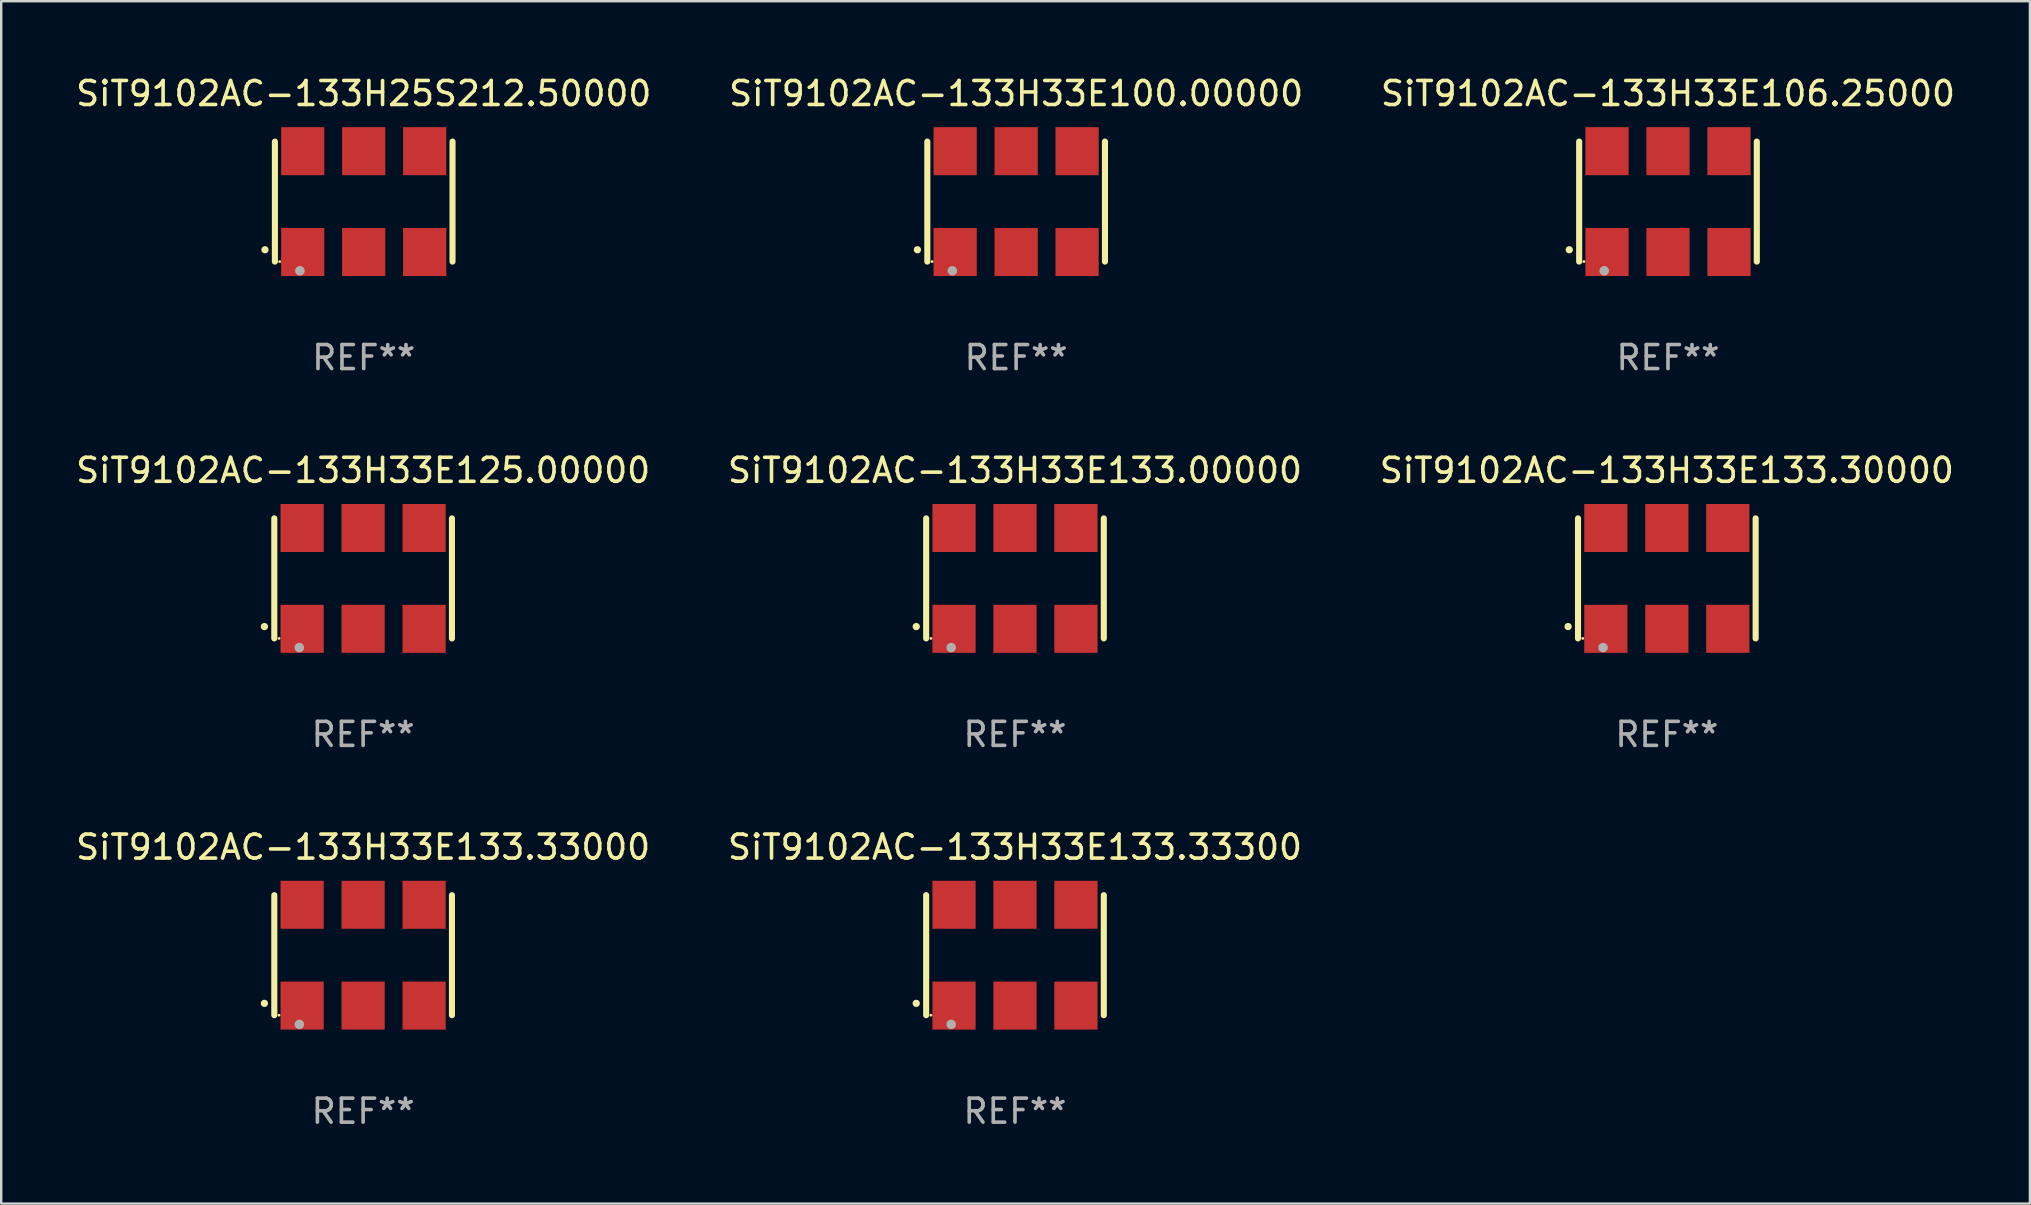
<source format=kicad_pcb>
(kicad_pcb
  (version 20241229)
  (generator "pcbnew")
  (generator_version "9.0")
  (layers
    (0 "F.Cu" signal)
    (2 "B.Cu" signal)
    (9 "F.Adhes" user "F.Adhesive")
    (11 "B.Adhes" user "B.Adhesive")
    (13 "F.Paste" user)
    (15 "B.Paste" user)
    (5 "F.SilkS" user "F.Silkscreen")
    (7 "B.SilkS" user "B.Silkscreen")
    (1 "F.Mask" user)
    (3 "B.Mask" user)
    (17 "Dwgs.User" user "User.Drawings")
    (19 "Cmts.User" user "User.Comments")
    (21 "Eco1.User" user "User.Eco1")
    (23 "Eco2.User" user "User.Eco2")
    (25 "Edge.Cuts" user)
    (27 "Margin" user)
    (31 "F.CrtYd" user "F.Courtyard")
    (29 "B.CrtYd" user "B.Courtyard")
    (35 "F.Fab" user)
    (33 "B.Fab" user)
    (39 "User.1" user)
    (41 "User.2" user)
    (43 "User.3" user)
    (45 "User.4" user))
  (footprint "SiT9102AC-133H33E133.33300"
    (layer "F.Cu")
    (at 39.232 36.741)
    (property "Reference" "SiT9102AC-133H33E133.33300" (at 0 -4.5 0) (layer "F.SilkS") (effects (font (size 1 1) (thickness 0.15))))
    (attr through_hole)
    (fp_line (start -3.7 -2.5) (end -3.7 2.5) (stroke (width 0.254) (type solid)) (layer "F.SilkS"))
    (fp_line (start 3.7 -2.5) (end 3.7 2.5) (stroke (width 0.254) (type solid)) (layer "F.SilkS"))
    (fp_arc (start -4.114415 2.006604) (mid -4.113145 2.006599) (end -4.111875 2.006604) (stroke (width 0.3) (type solid)) (layer "F.SilkS"))
    (fp_circle (center -3.502 2.5) (end -3.472 2.5) (stroke (width 0.06) (type solid)) (fill no) (layer "F.SilkS"))
    (fp_circle (center -2.657 2.882) (end -2.557 2.882) (stroke (width 0.2) (type solid)) (fill no) (layer "F.Fab"))
    (fp_text user "REF**" (at 0 6.5 0) (layer "F.Fab") (effects (font (size 1 1) (thickness 0.15))))
    (pad "1" smd rect (at -2.54 2.1) (size 1.8 2) (layers "F.Cu" "F.Mask" "F.Paste"))
    (pad "2" smd rect (at 0.000394 2.1) (size 1.8 2) (layers "F.Cu" "F.Mask" "F.Paste"))
    (pad "3" smd rect (at 2.54 2.1) (size 1.8 2) (layers "F.Cu" "F.Mask" "F.Paste"))
    (pad "4" smd rect (at 2.54 -2.1) (size 1.8 2) (layers "F.Cu" "F.Mask" "F.Paste"))
    (pad "5" smd rect (at 0.000394 -2.1) (size 1.8 2) (layers "F.Cu" "F.Mask" "F.Paste"))
    (pad "6" smd rect (at -2.54 -2.1) (size 1.8 2) (layers "F.Cu" "F.Mask" "F.Paste")))
  (footprint "SiT9102AC-133H33E133.00000"
    (layer "F.Cu")
    (at 39.232 21.045)
    (property "Reference" "SiT9102AC-133H33E133.00000" (at 0 -4.5 0) (layer "F.SilkS") (effects (font (size 1 1) (thickness 0.15))))
    (attr through_hole)
    (fp_line (start -3.7 -2.5) (end -3.7 2.5) (stroke (width 0.254) (type solid)) (layer "F.SilkS"))
    (fp_line (start 3.7 -2.5) (end 3.7 2.5) (stroke (width 0.254) (type solid)) (layer "F.SilkS"))
    (fp_arc (start -4.114415 2.006604) (mid -4.113145 2.006599) (end -4.111875 2.006604) (stroke (width 0.3) (type solid)) (layer "F.SilkS"))
    (fp_circle (center -3.502 2.5) (end -3.472 2.5) (stroke (width 0.06) (type solid)) (fill no) (layer "F.SilkS"))
    (fp_circle (center -2.657 2.882) (end -2.557 2.882) (stroke (width 0.2) (type solid)) (fill no) (layer "F.Fab"))
    (fp_text user "REF**" (at 0 6.5 0) (layer "F.Fab") (effects (font (size 1 1) (thickness 0.15))))
    (pad "1" smd rect (at -2.54 2.1) (size 1.8 2) (layers "F.Cu" "F.Mask" "F.Paste"))
    (pad "2" smd rect (at 0.000394 2.1) (size 1.8 2) (layers "F.Cu" "F.Mask" "F.Paste"))
    (pad "3" smd rect (at 2.54 2.1) (size 1.8 2) (layers "F.Cu" "F.Mask" "F.Paste"))
    (pad "4" smd rect (at 2.54 -2.1) (size 1.8 2) (layers "F.Cu" "F.Mask" "F.Paste"))
    (pad "5" smd rect (at 0.000394 -2.1) (size 1.8 2) (layers "F.Cu" "F.Mask" "F.Paste"))
    (pad "6" smd rect (at -2.54 -2.1) (size 1.8 2) (layers "F.Cu" "F.Mask" "F.Paste")))
  (footprint "SiT9102AC-133H33E133.33000"
    (layer "F.Cu")
    (at 12.077 36.741)
    (property "Reference" "SiT9102AC-133H33E133.33000" (at 0 -4.5 0) (layer "F.SilkS") (effects (font (size 1 1) (thickness 0.15))))
    (attr through_hole)
    (fp_line (start -3.7 -2.5) (end -3.7 2.5) (stroke (width 0.254) (type solid)) (layer "F.SilkS"))
    (fp_line (start 3.7 -2.5) (end 3.7 2.5) (stroke (width 0.254) (type solid)) (layer "F.SilkS"))
    (fp_arc (start -4.114415 2.006604) (mid -4.113145 2.006599) (end -4.111875 2.006604) (stroke (width 0.3) (type solid)) (layer "F.SilkS"))
    (fp_circle (center -3.502 2.5) (end -3.472 2.5) (stroke (width 0.06) (type solid)) (fill no) (layer "F.SilkS"))
    (fp_circle (center -2.657 2.882) (end -2.557 2.882) (stroke (width 0.2) (type solid)) (fill no) (layer "F.Fab"))
    (fp_text user "REF**" (at 0 6.5 0) (layer "F.Fab") (effects (font (size 1 1) (thickness 0.15))))
    (pad "1" smd rect (at -2.54 2.1) (size 1.8 2) (layers "F.Cu" "F.Mask" "F.Paste"))
    (pad "2" smd rect (at 0.000394 2.1) (size 1.8 2) (layers "F.Cu" "F.Mask" "F.Paste"))
    (pad "3" smd rect (at 2.54 2.1) (size 1.8 2) (layers "F.Cu" "F.Mask" "F.Paste"))
    (pad "4" smd rect (at 2.54 -2.1) (size 1.8 2) (layers "F.Cu" "F.Mask" "F.Paste"))
    (pad "5" smd rect (at 0.000394 -2.1) (size 1.8 2) (layers "F.Cu" "F.Mask" "F.Paste"))
    (pad "6" smd rect (at -2.54 -2.1) (size 1.8 2) (layers "F.Cu" "F.Mask" "F.Paste")))
  (footprint "SiT9102AC-133H33E100.00000"
    (layer "F.Cu")
    (at 39.28 5.348)
    (property "Reference" "SiT9102AC-133H33E100.00000" (at 0 -4.5 0) (layer "F.SilkS") (effects (font (size 1 1) (thickness 0.15))))
    (attr through_hole)
    (fp_line (start -3.7 -2.5) (end -3.7 2.5) (stroke (width 0.254) (type solid)) (layer "F.SilkS"))
    (fp_line (start 3.7 -2.5) (end 3.7 2.5) (stroke (width 0.254) (type solid)) (layer "F.SilkS"))
    (fp_arc (start -4.114415 2.006604) (mid -4.113145 2.006599) (end -4.111875 2.006604) (stroke (width 0.3) (type solid)) (layer "F.SilkS"))
    (fp_circle (center -3.502 2.5) (end -3.472 2.5) (stroke (width 0.06) (type solid)) (fill no) (layer "F.SilkS"))
    (fp_circle (center -2.657 2.882) (end -2.557 2.882) (stroke (width 0.2) (type solid)) (fill no) (layer "F.Fab"))
    (fp_text user "REF**" (at 0 6.5 0) (layer "F.Fab") (effects (font (size 1 1) (thickness 0.15))))
    (pad "1" smd rect (at -2.54 2.1) (size 1.8 2) (layers "F.Cu" "F.Mask" "F.Paste"))
    (pad "2" smd rect (at 0.000394 2.1) (size 1.8 2) (layers "F.Cu" "F.Mask" "F.Paste"))
    (pad "3" smd rect (at 2.54 2.1) (size 1.8 2) (layers "F.Cu" "F.Mask" "F.Paste"))
    (pad "4" smd rect (at 2.54 -2.1) (size 1.8 2) (layers "F.Cu" "F.Mask" "F.Paste"))
    (pad "5" smd rect (at 0.000394 -2.1) (size 1.8 2) (layers "F.Cu" "F.Mask" "F.Paste"))
    (pad "6" smd rect (at -2.54 -2.1) (size 1.8 2) (layers "F.Cu" "F.Mask" "F.Paste")))
  (footprint "SiT9102AC-133H33E106.25000"
    (layer "F.Cu")
    (at 66.435 5.348)
    (property "Reference" "SiT9102AC-133H33E106.25000" (at 0 -4.5 0) (layer "F.SilkS") (effects (font (size 1 1) (thickness 0.15))))
    (attr through_hole)
    (fp_line (start -3.7 -2.5) (end -3.7 2.5) (stroke (width 0.254) (type solid)) (layer "F.SilkS"))
    (fp_line (start 3.7 -2.5) (end 3.7 2.5) (stroke (width 0.254) (type solid)) (layer "F.SilkS"))
    (fp_arc (start -4.114415 2.006604) (mid -4.113145 2.006599) (end -4.111875 2.006604) (stroke (width 0.3) (type solid)) (layer "F.SilkS"))
    (fp_circle (center -3.502 2.5) (end -3.472 2.5) (stroke (width 0.06) (type solid)) (fill no) (layer "F.SilkS"))
    (fp_circle (center -2.657 2.882) (end -2.557 2.882) (stroke (width 0.2) (type solid)) (fill no) (layer "F.Fab"))
    (fp_text user "REF**" (at 0 6.5 0) (layer "F.Fab") (effects (font (size 1 1) (thickness 0.15))))
    (pad "1" smd rect (at -2.54 2.1) (size 1.8 2) (layers "F.Cu" "F.Mask" "F.Paste"))
    (pad "2" smd rect (at 0.000394 2.1) (size 1.8 2) (layers "F.Cu" "F.Mask" "F.Paste"))
    (pad "3" smd rect (at 2.54 2.1) (size 1.8 2) (layers "F.Cu" "F.Mask" "F.Paste"))
    (pad "4" smd rect (at 2.54 -2.1) (size 1.8 2) (layers "F.Cu" "F.Mask" "F.Paste"))
    (pad "5" smd rect (at 0.000394 -2.1) (size 1.8 2) (layers "F.Cu" "F.Mask" "F.Paste"))
    (pad "6" smd rect (at -2.54 -2.1) (size 1.8 2) (layers "F.Cu" "F.Mask" "F.Paste")))
  (footprint "SiT9102AC-133H33E125.00000"
    (layer "F.Cu")
    (at 12.077 21.045)
    (property "Reference" "SiT9102AC-133H33E125.00000" (at 0 -4.5 0) (layer "F.SilkS") (effects (font (size 1 1) (thickness 0.15))))
    (attr through_hole)
    (fp_line (start -3.7 -2.5) (end -3.7 2.5) (stroke (width 0.254) (type solid)) (layer "F.SilkS"))
    (fp_line (start 3.7 -2.5) (end 3.7 2.5) (stroke (width 0.254) (type solid)) (layer "F.SilkS"))
    (fp_arc (start -4.114415 2.006604) (mid -4.113145 2.006599) (end -4.111875 2.006604) (stroke (width 0.3) (type solid)) (layer "F.SilkS"))
    (fp_circle (center -3.502 2.5) (end -3.472 2.5) (stroke (width 0.06) (type solid)) (fill no) (layer "F.SilkS"))
    (fp_circle (center -2.657 2.882) (end -2.557 2.882) (stroke (width 0.2) (type solid)) (fill no) (layer "F.Fab"))
    (fp_text user "REF**" (at 0 6.5 0) (layer "F.Fab") (effects (font (size 1 1) (thickness 0.15))))
    (pad "1" smd rect (at -2.54 2.1) (size 1.8 2) (layers "F.Cu" "F.Mask" "F.Paste"))
    (pad "2" smd rect (at 0.000394 2.1) (size 1.8 2) (layers "F.Cu" "F.Mask" "F.Paste"))
    (pad "3" smd rect (at 2.54 2.1) (size 1.8 2) (layers "F.Cu" "F.Mask" "F.Paste"))
    (pad "4" smd rect (at 2.54 -2.1) (size 1.8 2) (layers "F.Cu" "F.Mask" "F.Paste"))
    (pad "5" smd rect (at 0.000394 -2.1) (size 1.8 2) (layers "F.Cu" "F.Mask" "F.Paste"))
    (pad "6" smd rect (at -2.54 -2.1) (size 1.8 2) (layers "F.Cu" "F.Mask" "F.Paste")))
  (footprint "SiT9102AC-133H33E133.30000"
    (layer "F.Cu")
    (at 66.387 21.045)
    (property "Reference" "SiT9102AC-133H33E133.30000" (at 0 -4.5 0) (layer "F.SilkS") (effects (font (size 1 1) (thickness 0.15))))
    (attr through_hole)
    (fp_line (start -3.7 -2.5) (end -3.7 2.5) (stroke (width 0.254) (type solid)) (layer "F.SilkS"))
    (fp_line (start 3.7 -2.5) (end 3.7 2.5) (stroke (width 0.254) (type solid)) (layer "F.SilkS"))
    (fp_arc (start -4.114415 2.006604) (mid -4.113145 2.006599) (end -4.111875 2.006604) (stroke (width 0.3) (type solid)) (layer "F.SilkS"))
    (fp_circle (center -3.502 2.5) (end -3.472 2.5) (stroke (width 0.06) (type solid)) (fill no) (layer "F.SilkS"))
    (fp_circle (center -2.657 2.882) (end -2.557 2.882) (stroke (width 0.2) (type solid)) (fill no) (layer "F.Fab"))
    (fp_text user "REF**" (at 0 6.5 0) (layer "F.Fab") (effects (font (size 1 1) (thickness 0.15))))
    (pad "1" smd rect (at -2.54 2.1) (size 1.8 2) (layers "F.Cu" "F.Mask" "F.Paste"))
    (pad "2" smd rect (at 0.000394 2.1) (size 1.8 2) (layers "F.Cu" "F.Mask" "F.Paste"))
    (pad "3" smd rect (at 2.54 2.1) (size 1.8 2) (layers "F.Cu" "F.Mask" "F.Paste"))
    (pad "4" smd rect (at 2.54 -2.1) (size 1.8 2) (layers "F.Cu" "F.Mask" "F.Paste"))
    (pad "5" smd rect (at 0.000394 -2.1) (size 1.8 2) (layers "F.Cu" "F.Mask" "F.Paste"))
    (pad "6" smd rect (at -2.54 -2.1) (size 1.8 2) (layers "F.Cu" "F.Mask" "F.Paste")))
  (footprint "SiT9102AC-133H25S212.50000"
    (layer "F.Cu")
    (at 12.101 5.348)
    (property "Reference" "SiT9102AC-133H25S212.50000" (at 0 -4.5 0) (layer "F.SilkS") (effects (font (size 1 1) (thickness 0.15))))
    (attr through_hole)
    (fp_line (start -3.7 -2.5) (end -3.7 2.5) (stroke (width 0.254) (type solid)) (layer "F.SilkS"))
    (fp_line (start 3.7 -2.5) (end 3.7 2.5) (stroke (width 0.254) (type solid)) (layer "F.SilkS"))
    (fp_arc (start -4.114415 2.006604) (mid -4.113145 2.006599) (end -4.111875 2.006604) (stroke (width 0.3) (type solid)) (layer "F.SilkS"))
    (fp_circle (center -3.502 2.5) (end -3.472 2.5) (stroke (width 0.06) (type solid)) (fill no) (layer "F.SilkS"))
    (fp_circle (center -2.657 2.882) (end -2.557 2.882) (stroke (width 0.2) (type solid)) (fill no) (layer "F.Fab"))
    (fp_text user "REF**" (at 0 6.5 0) (layer "F.Fab") (effects (font (size 1 1) (thickness 0.15))))
    (pad "1" smd rect (at -2.54 2.1) (size 1.8 2) (layers "F.Cu" "F.Mask" "F.Paste"))
    (pad "2" smd rect (at 0.000394 2.1) (size 1.8 2) (layers "F.Cu" "F.Mask" "F.Paste"))
    (pad "3" smd rect (at 2.54 2.1) (size 1.8 2) (layers "F.Cu" "F.Mask" "F.Paste"))
    (pad "4" smd rect (at 2.54 -2.1) (size 1.8 2) (layers "F.Cu" "F.Mask" "F.Paste"))
    (pad "5" smd rect (at 0.000394 -2.1) (size 1.8 2) (layers "F.Cu" "F.Mask" "F.Paste"))
    (pad "6" smd rect (at -2.54 -2.1) (size 1.8 2) (layers "F.Cu" "F.Mask" "F.Paste")))
  (gr_rect
    (start -3 -3)
    (end 81.512 47.09)
    (stroke (width 0.1) (type default))
    (fill no)
    (layer "Edge.Cuts")))
</source>
